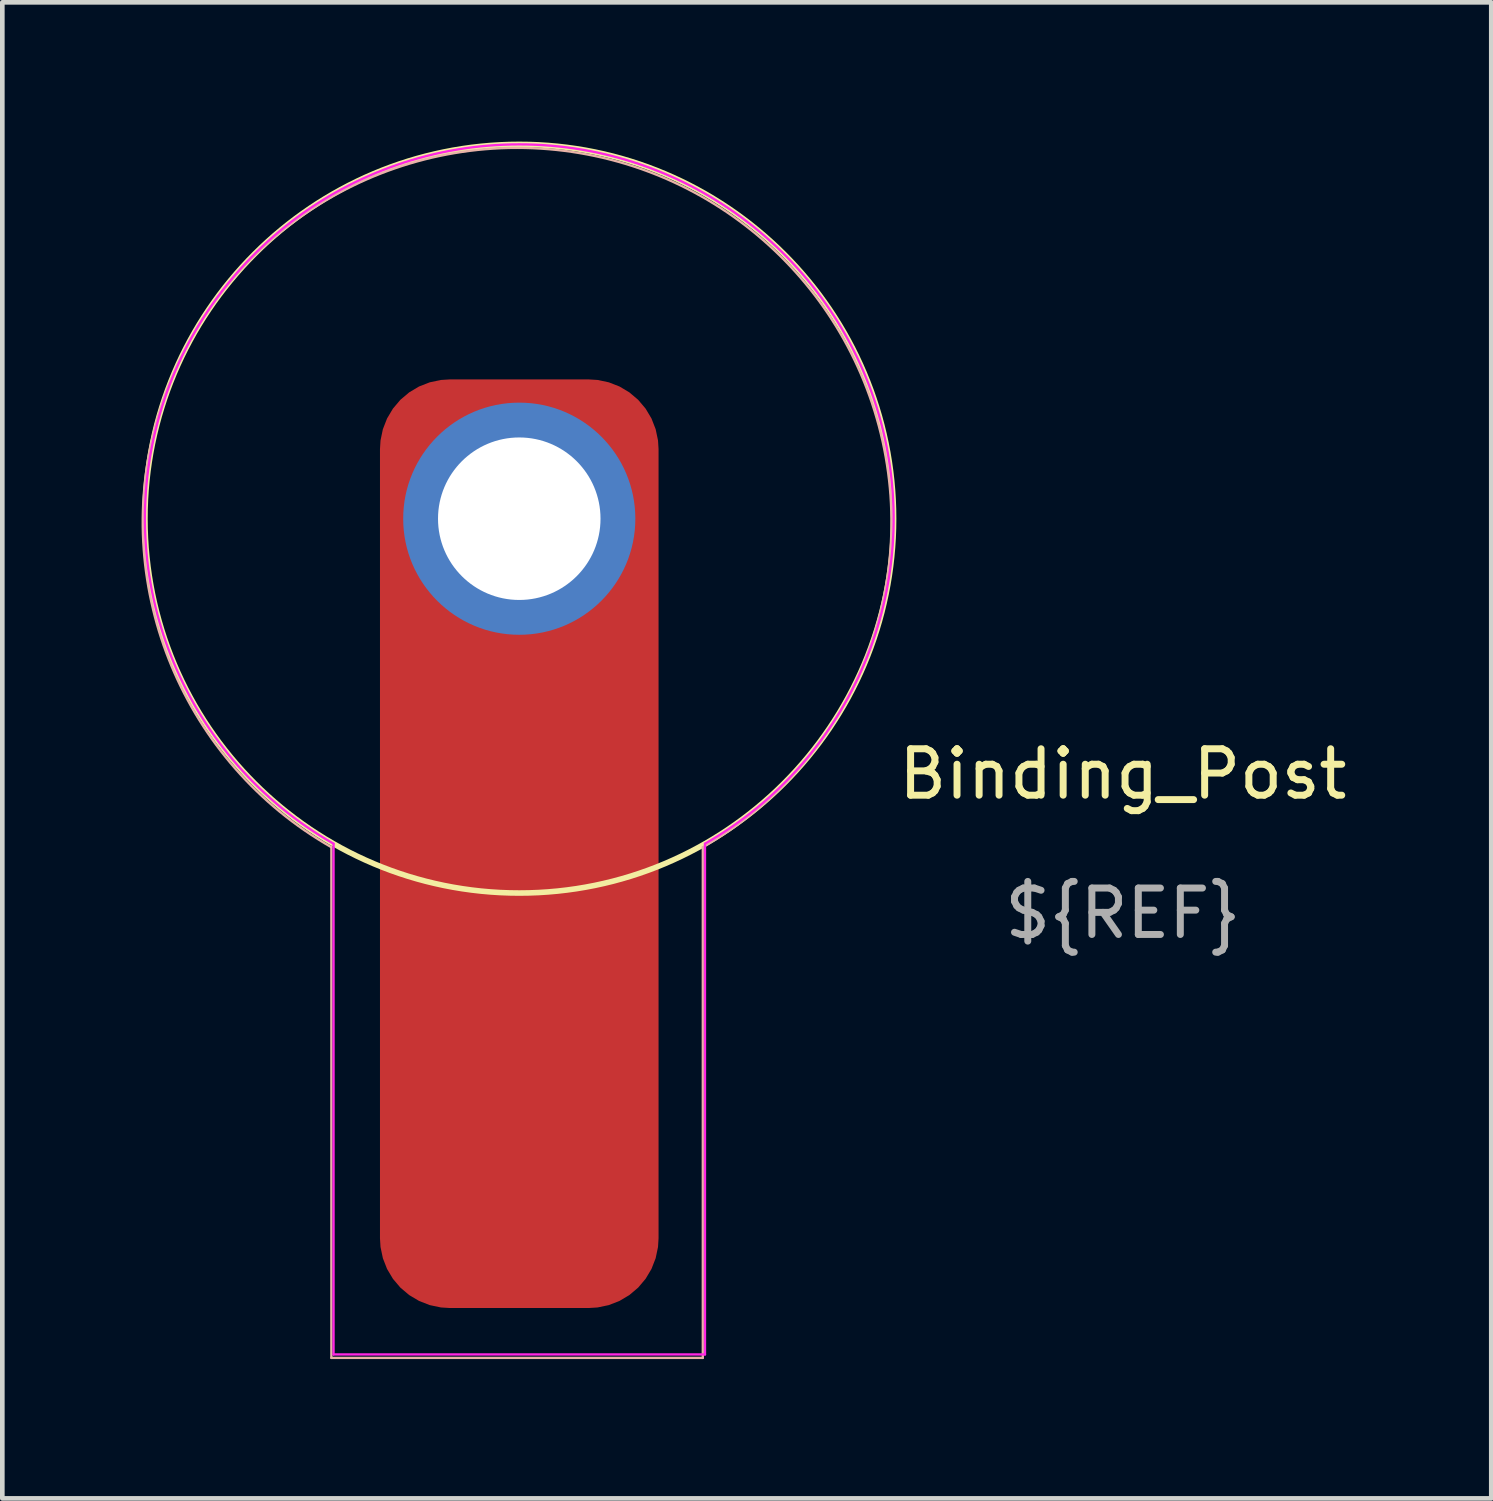
<source format=kicad_pcb>
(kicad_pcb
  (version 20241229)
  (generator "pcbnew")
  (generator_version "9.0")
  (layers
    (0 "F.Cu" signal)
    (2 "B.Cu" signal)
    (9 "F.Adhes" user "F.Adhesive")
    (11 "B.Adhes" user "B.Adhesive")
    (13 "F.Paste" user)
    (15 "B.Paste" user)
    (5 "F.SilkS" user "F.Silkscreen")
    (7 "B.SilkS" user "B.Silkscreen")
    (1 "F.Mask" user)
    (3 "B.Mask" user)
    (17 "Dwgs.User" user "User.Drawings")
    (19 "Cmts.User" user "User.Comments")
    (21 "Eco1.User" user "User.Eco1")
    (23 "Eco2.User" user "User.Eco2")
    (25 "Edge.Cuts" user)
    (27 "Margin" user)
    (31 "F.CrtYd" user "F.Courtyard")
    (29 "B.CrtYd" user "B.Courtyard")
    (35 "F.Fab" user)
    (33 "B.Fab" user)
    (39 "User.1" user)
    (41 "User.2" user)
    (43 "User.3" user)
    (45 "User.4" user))
  (footprint "Binding_Post"
    (layer "F.Cu")
    (at 8.134 8.122)
    (property "Reference" "Binding_Post" (at 13 5.5 0) (unlocked yes) (layer "F.SilkS") (effects (font (size 1 1) (thickness 0.15))))
    (attr through_hole)
    (fp_circle (center 0 0) (end 4 7) (stroke (width 0.12) (type solid)) (fill no) (layer "F.SilkS"))
    (fp_line (start -4.047 7.075) (end -4.047 18.075) (stroke (width 0.05) (type solid)) (layer "B.SilkS"))
    (fp_line (start -4.047 18.075) (end 3.953 18.075) (stroke (width 0.05) (type solid)) (layer "B.SilkS"))
    (fp_line (start 3.953 18.075) (end 3.953 7.075) (stroke (width 0.05) (type solid)) (layer "B.SilkS"))
    (fp_arc (start -4.048165 7.07453) (mid -0.046195 -7.98701) (end 3.953084 7.075245) (stroke (width 0.05) (type solid)) (layer "B.SilkS"))
    (fp_line (start -4 7) (end -4 18) (stroke (width 0.05) (type solid)) (layer "F.CrtYd"))
    (fp_line (start -4 18) (end 4 18) (stroke (width 0.05) (type solid)) (layer "F.CrtYd"))
    (fp_line (start 4 18) (end 4 7) (stroke (width 0.05) (type solid)) (layer "F.CrtYd"))
    (fp_arc (start -4 6.999999) (mid 0 -8.062257) (end 3.999999 6.999999) (stroke (width 0.05) (type solid)) (layer "F.CrtYd"))
    (fp_text user "${REF}" (at 13 8.5 0) (unlocked yes) (layer "F.Fab") (effects (font (size 1 1) (thickness 0.15))))
    (pad "1" thru_hole circle (at 0 0) (size 5 5) (drill 3.5) (layers "*.Cu" "*.Mask"))
    (pad "1" smd roundrect (at 0 7) (size 6 20) (layers "F.Cu" "F.Mask" "F.Paste") (roundrect_rratio 0.25) (chamfer_ratio 0.2) (chamfer)))
  (gr_rect
    (start -3 -3)
    (end 29.069 29.223)
    (stroke (width 0.1) (type default))
    (fill no)
    (layer "Edge.Cuts")))
</source>
